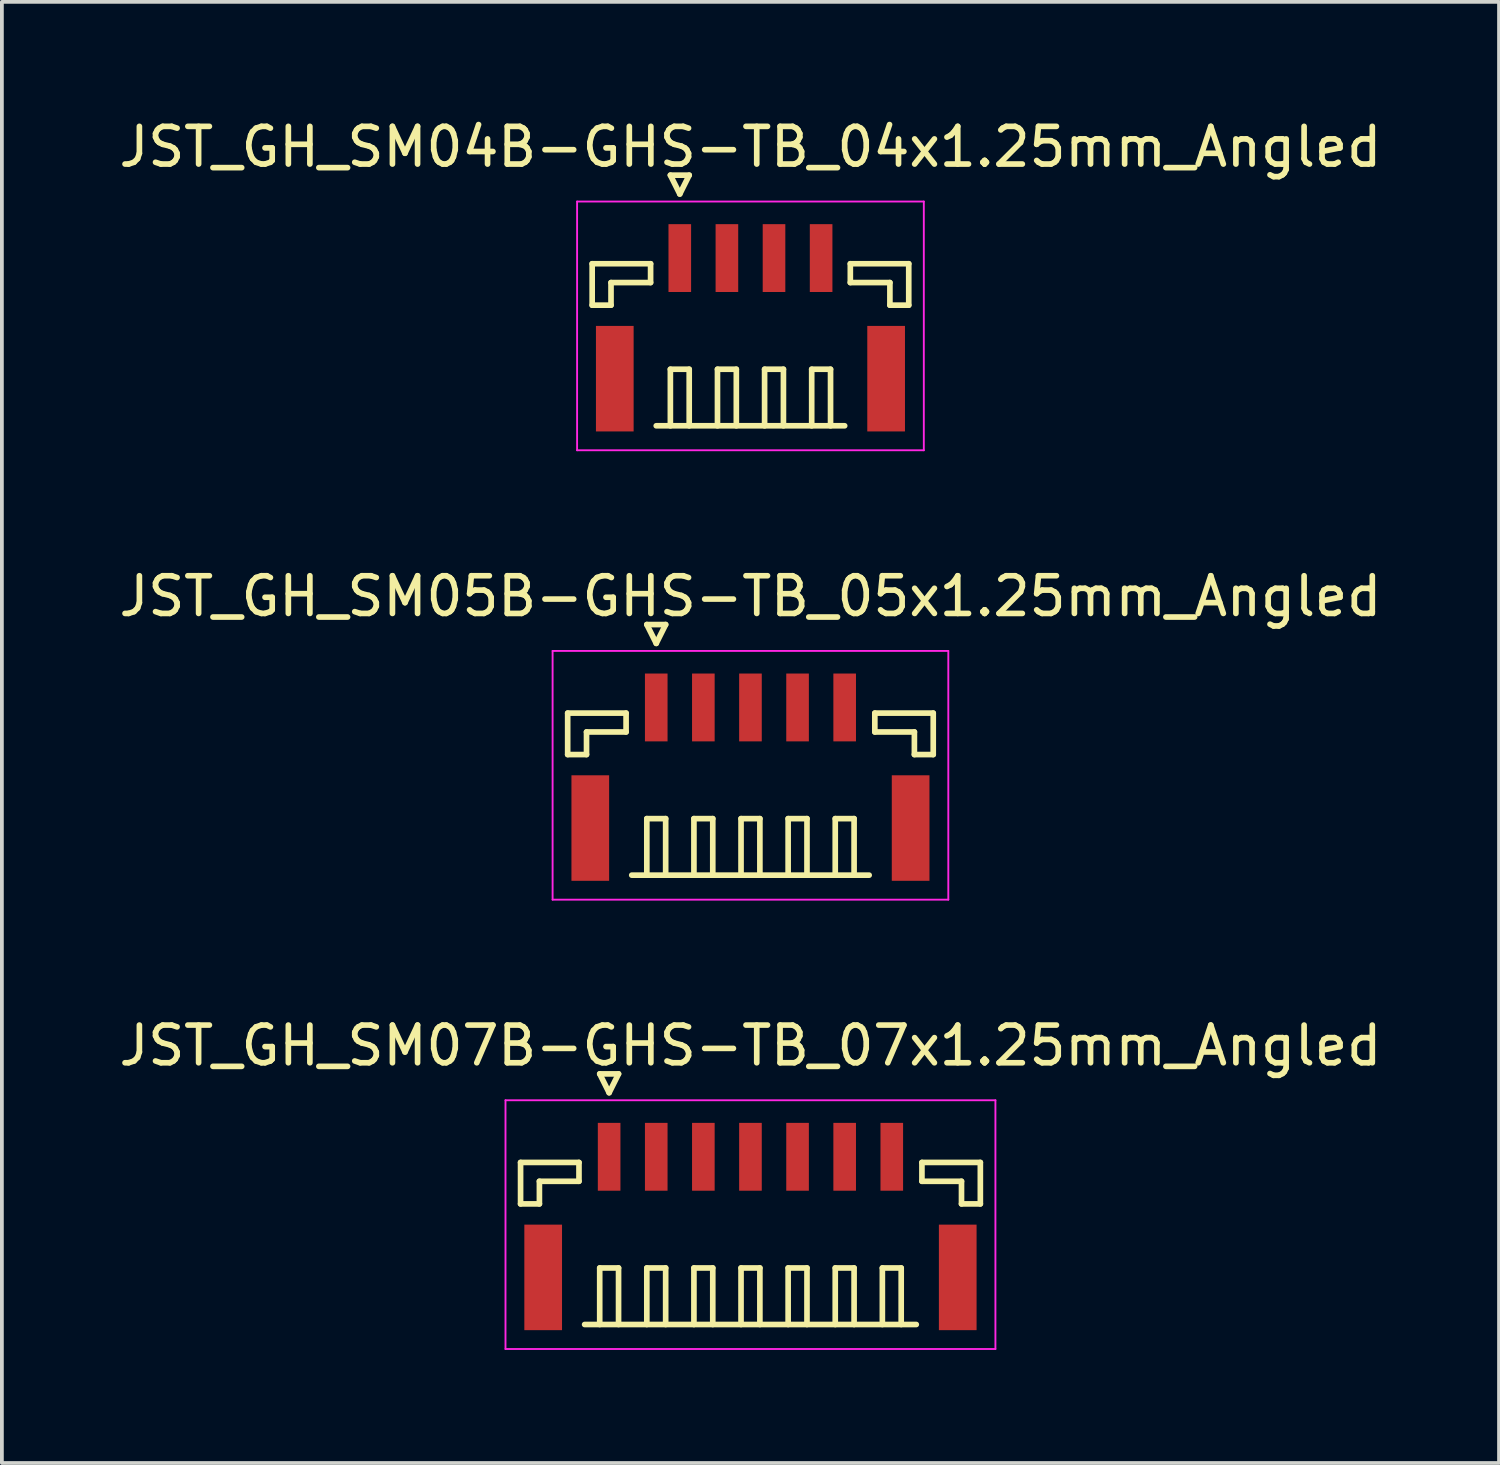
<source format=kicad_pcb>
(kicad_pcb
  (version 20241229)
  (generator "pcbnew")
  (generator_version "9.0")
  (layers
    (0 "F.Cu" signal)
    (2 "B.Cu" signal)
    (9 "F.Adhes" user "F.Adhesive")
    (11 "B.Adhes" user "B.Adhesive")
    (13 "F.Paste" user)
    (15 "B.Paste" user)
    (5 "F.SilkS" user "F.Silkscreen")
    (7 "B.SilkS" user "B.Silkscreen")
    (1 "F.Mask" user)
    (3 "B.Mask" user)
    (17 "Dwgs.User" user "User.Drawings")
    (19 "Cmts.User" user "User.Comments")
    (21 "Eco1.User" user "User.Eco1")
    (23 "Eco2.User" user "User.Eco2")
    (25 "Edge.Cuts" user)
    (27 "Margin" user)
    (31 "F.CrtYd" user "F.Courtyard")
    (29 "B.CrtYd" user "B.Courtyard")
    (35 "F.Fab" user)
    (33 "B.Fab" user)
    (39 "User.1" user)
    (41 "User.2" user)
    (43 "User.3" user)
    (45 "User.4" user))
  (footprint "JST_GH_SM07B-GHS-TB_07x1.25mm_Angled"
    (layer "F.Cu")
    (at 16.863 29.245)
    (property "Reference" "JST_GH_SM07B-GHS-TB_07x1.25mm_Angled" (at 0 -4.55 0) (layer "F.SilkS") (effects (font (size 1 1) (thickness 0.15))))
    (attr smd)
    (fp_line (start -6.1 -1.45) (end -4.55 -1.45) (stroke (width 0.15) (type solid)) (layer "F.SilkS"))
    (fp_line (start -6.1 -0.35) (end -6.1 -1.45) (stroke (width 0.15) (type solid)) (layer "F.SilkS"))
    (fp_line (start -5.6 -0.95) (end -5.6 -0.35) (stroke (width 0.15) (type solid)) (layer "F.SilkS"))
    (fp_line (start -5.6 -0.35) (end -6.1 -0.35) (stroke (width 0.15) (type solid)) (layer "F.SilkS"))
    (fp_line (start -4.55 -1.45) (end -4.55 -0.95) (stroke (width 0.15) (type solid)) (layer "F.SilkS"))
    (fp_line (start -4.55 -0.95) (end -5.6 -0.95) (stroke (width 0.15) (type solid)) (layer "F.SilkS"))
    (fp_line (start -4.4 2.85) (end 4.4 2.85) (stroke (width 0.15) (type solid)) (layer "F.SilkS"))
    (fp_line (start -4 -3.8) (end -3.5 -3.8) (stroke (width 0.15) (type solid)) (layer "F.SilkS"))
    (fp_line (start -4 1.35) (end -3.5 1.35) (stroke (width 0.15) (type solid)) (layer "F.SilkS"))
    (fp_line (start -4 2.85) (end -4 1.35) (stroke (width 0.15) (type solid)) (layer "F.SilkS"))
    (fp_line (start -3.75 -3.3) (end -4 -3.8) (stroke (width 0.15) (type solid)) (layer "F.SilkS"))
    (fp_line (start -3.5 -3.8) (end -3.75 -3.3) (stroke (width 0.15) (type solid)) (layer "F.SilkS"))
    (fp_line (start -3.5 1.35) (end -3.5 2.85) (stroke (width 0.15) (type solid)) (layer "F.SilkS"))
    (fp_line (start -2.75 1.35) (end -2.25 1.35) (stroke (width 0.15) (type solid)) (layer "F.SilkS"))
    (fp_line (start -2.75 2.85) (end -2.75 1.35) (stroke (width 0.15) (type solid)) (layer "F.SilkS"))
    (fp_line (start -2.25 1.35) (end -2.25 2.85) (stroke (width 0.15) (type solid)) (layer "F.SilkS"))
    (fp_line (start -1.5 1.35) (end -1 1.35) (stroke (width 0.15) (type solid)) (layer "F.SilkS"))
    (fp_line (start -1.5 2.85) (end -1.5 1.35) (stroke (width 0.15) (type solid)) (layer "F.SilkS"))
    (fp_line (start -1 1.35) (end -1 2.85) (stroke (width 0.15) (type solid)) (layer "F.SilkS"))
    (fp_line (start -0.25 1.35) (end 0.25 1.35) (stroke (width 0.15) (type solid)) (layer "F.SilkS"))
    (fp_line (start -0.25 2.85) (end -0.25 1.35) (stroke (width 0.15) (type solid)) (layer "F.SilkS"))
    (fp_line (start 0.25 1.35) (end 0.25 2.85) (stroke (width 0.15) (type solid)) (layer "F.SilkS"))
    (fp_line (start 1 1.35) (end 1.5 1.35) (stroke (width 0.15) (type solid)) (layer "F.SilkS"))
    (fp_line (start 1 2.85) (end 1 1.35) (stroke (width 0.15) (type solid)) (layer "F.SilkS"))
    (fp_line (start 1.5 1.35) (end 1.5 2.85) (stroke (width 0.15) (type solid)) (layer "F.SilkS"))
    (fp_line (start 2.25 1.35) (end 2.75 1.35) (stroke (width 0.15) (type solid)) (layer "F.SilkS"))
    (fp_line (start 2.25 2.85) (end 2.25 1.35) (stroke (width 0.15) (type solid)) (layer "F.SilkS"))
    (fp_line (start 2.75 1.35) (end 2.75 2.85) (stroke (width 0.15) (type solid)) (layer "F.SilkS"))
    (fp_line (start 3.5 1.35) (end 4 1.35) (stroke (width 0.15) (type solid)) (layer "F.SilkS"))
    (fp_line (start 3.5 2.85) (end 3.5 1.35) (stroke (width 0.15) (type solid)) (layer "F.SilkS"))
    (fp_line (start 4 1.35) (end 4 2.85) (stroke (width 0.15) (type solid)) (layer "F.SilkS"))
    (fp_line (start 4.55 -1.45) (end 4.55 -0.95) (stroke (width 0.15) (type solid)) (layer "F.SilkS"))
    (fp_line (start 4.55 -0.95) (end 5.6 -0.95) (stroke (width 0.15) (type solid)) (layer "F.SilkS"))
    (fp_line (start 5.6 -0.95) (end 5.6 -0.35) (stroke (width 0.15) (type solid)) (layer "F.SilkS"))
    (fp_line (start 5.6 -0.35) (end 6.1 -0.35) (stroke (width 0.15) (type solid)) (layer "F.SilkS"))
    (fp_line (start 6.1 -1.45) (end 4.55 -1.45) (stroke (width 0.15) (type solid)) (layer "F.SilkS"))
    (fp_line (start 6.1 -0.35) (end 6.1 -1.45) (stroke (width 0.15) (type solid)) (layer "F.SilkS"))
    (fp_line (start -6.5 -3.1) (end -6.5 3.5) (stroke (width 0.05) (type solid)) (layer "F.CrtYd"))
    (fp_line (start -6.5 3.5) (end 6.5 3.5) (stroke (width 0.05) (type solid)) (layer "F.CrtYd"))
    (fp_line (start 6.5 -3.1) (end -6.5 -3.1) (stroke (width 0.05) (type solid)) (layer "F.CrtYd"))
    (fp_line (start 6.5 3.5) (end 6.5 -3.1) (stroke (width 0.05) (type solid)) (layer "F.CrtYd"))
    (pad "" smd rect (at -5.5 1.6) (size 1 2.8) (layers "F.Cu" "F.Mask" "F.Paste"))
    (pad "" smd rect (at 5.5 1.6) (size 1 2.8) (layers "F.Cu" "F.Mask" "F.Paste"))
    (pad "1" smd rect (at -3.75 -1.6) (size 0.6 1.8) (layers "F.Cu" "F.Mask" "F.Paste"))
    (pad "2" smd rect (at -2.5 -1.6) (size 0.6 1.8) (layers "F.Cu" "F.Mask" "F.Paste"))
    (pad "3" smd rect (at -1.25 -1.6) (size 0.6 1.8) (layers "F.Cu" "F.Mask" "F.Paste"))
    (pad "4" smd rect (at 0 -1.6) (size 0.6 1.8) (layers "F.Cu" "F.Mask" "F.Paste"))
    (pad "5" smd rect (at 1.25 -1.6) (size 0.6 1.8) (layers "F.Cu" "F.Mask" "F.Paste"))
    (pad "6" smd rect (at 2.5 -1.6) (size 0.6 1.8) (layers "F.Cu" "F.Mask" "F.Paste"))
    (pad "7" smd rect (at 3.75 -1.6) (size 0.6 1.8) (layers "F.Cu" "F.Mask" "F.Paste")))
  (footprint "JST_GH_SM05B-GHS-TB_05x1.25mm_Angled"
    (layer "F.Cu")
    (at 16.863 17.322)
    (property "Reference" "JST_GH_SM05B-GHS-TB_05x1.25mm_Angled" (at 0 -4.55 0) (layer "F.SilkS") (effects (font (size 1 1) (thickness 0.15))))
    (attr smd)
    (fp_line (start -4.85 -1.45) (end -3.3 -1.45) (stroke (width 0.15) (type solid)) (layer "F.SilkS"))
    (fp_line (start -4.85 -0.35) (end -4.85 -1.45) (stroke (width 0.15) (type solid)) (layer "F.SilkS"))
    (fp_line (start -4.35 -0.95) (end -4.35 -0.35) (stroke (width 0.15) (type solid)) (layer "F.SilkS"))
    (fp_line (start -4.35 -0.35) (end -4.85 -0.35) (stroke (width 0.15) (type solid)) (layer "F.SilkS"))
    (fp_line (start -3.3 -1.45) (end -3.3 -0.95) (stroke (width 0.15) (type solid)) (layer "F.SilkS"))
    (fp_line (start -3.3 -0.95) (end -4.35 -0.95) (stroke (width 0.15) (type solid)) (layer "F.SilkS"))
    (fp_line (start -3.15 2.85) (end 3.15 2.85) (stroke (width 0.15) (type solid)) (layer "F.SilkS"))
    (fp_line (start -2.75 -3.8) (end -2.25 -3.8) (stroke (width 0.15) (type solid)) (layer "F.SilkS"))
    (fp_line (start -2.75 1.35) (end -2.25 1.35) (stroke (width 0.15) (type solid)) (layer "F.SilkS"))
    (fp_line (start -2.75 2.85) (end -2.75 1.35) (stroke (width 0.15) (type solid)) (layer "F.SilkS"))
    (fp_line (start -2.5 -3.3) (end -2.75 -3.8) (stroke (width 0.15) (type solid)) (layer "F.SilkS"))
    (fp_line (start -2.25 -3.8) (end -2.5 -3.3) (stroke (width 0.15) (type solid)) (layer "F.SilkS"))
    (fp_line (start -2.25 1.35) (end -2.25 2.85) (stroke (width 0.15) (type solid)) (layer "F.SilkS"))
    (fp_line (start -1.5 1.35) (end -1 1.35) (stroke (width 0.15) (type solid)) (layer "F.SilkS"))
    (fp_line (start -1.5 2.85) (end -1.5 1.35) (stroke (width 0.15) (type solid)) (layer "F.SilkS"))
    (fp_line (start -1 1.35) (end -1 2.85) (stroke (width 0.15) (type solid)) (layer "F.SilkS"))
    (fp_line (start -0.25 1.35) (end 0.25 1.35) (stroke (width 0.15) (type solid)) (layer "F.SilkS"))
    (fp_line (start -0.25 2.85) (end -0.25 1.35) (stroke (width 0.15) (type solid)) (layer "F.SilkS"))
    (fp_line (start 0.25 1.35) (end 0.25 2.85) (stroke (width 0.15) (type solid)) (layer "F.SilkS"))
    (fp_line (start 1 1.35) (end 1.5 1.35) (stroke (width 0.15) (type solid)) (layer "F.SilkS"))
    (fp_line (start 1 2.85) (end 1 1.35) (stroke (width 0.15) (type solid)) (layer "F.SilkS"))
    (fp_line (start 1.5 1.35) (end 1.5 2.85) (stroke (width 0.15) (type solid)) (layer "F.SilkS"))
    (fp_line (start 2.25 1.35) (end 2.75 1.35) (stroke (width 0.15) (type solid)) (layer "F.SilkS"))
    (fp_line (start 2.25 2.85) (end 2.25 1.35) (stroke (width 0.15) (type solid)) (layer "F.SilkS"))
    (fp_line (start 2.75 1.35) (end 2.75 2.85) (stroke (width 0.15) (type solid)) (layer "F.SilkS"))
    (fp_line (start 3.3 -1.45) (end 3.3 -0.95) (stroke (width 0.15) (type solid)) (layer "F.SilkS"))
    (fp_line (start 3.3 -0.95) (end 4.35 -0.95) (stroke (width 0.15) (type solid)) (layer "F.SilkS"))
    (fp_line (start 4.35 -0.95) (end 4.35 -0.35) (stroke (width 0.15) (type solid)) (layer "F.SilkS"))
    (fp_line (start 4.35 -0.35) (end 4.85 -0.35) (stroke (width 0.15) (type solid)) (layer "F.SilkS"))
    (fp_line (start 4.85 -1.45) (end 3.3 -1.45) (stroke (width 0.15) (type solid)) (layer "F.SilkS"))
    (fp_line (start 4.85 -0.35) (end 4.85 -1.45) (stroke (width 0.15) (type solid)) (layer "F.SilkS"))
    (fp_line (start -5.25 -3.1) (end -5.25 3.5) (stroke (width 0.05) (type solid)) (layer "F.CrtYd"))
    (fp_line (start -5.25 3.5) (end 5.25 3.5) (stroke (width 0.05) (type solid)) (layer "F.CrtYd"))
    (fp_line (start 5.25 -3.1) (end -5.25 -3.1) (stroke (width 0.05) (type solid)) (layer "F.CrtYd"))
    (fp_line (start 5.25 3.5) (end 5.25 -3.1) (stroke (width 0.05) (type solid)) (layer "F.CrtYd"))
    (pad "" smd rect (at -4.25 1.6) (size 1 2.8) (layers "F.Cu" "F.Mask" "F.Paste"))
    (pad "" smd rect (at 4.25 1.6) (size 1 2.8) (layers "F.Cu" "F.Mask" "F.Paste"))
    (pad "1" smd rect (at -2.5 -1.6) (size 0.6 1.8) (layers "F.Cu" "F.Mask" "F.Paste"))
    (pad "2" smd rect (at -1.25 -1.6) (size 0.6 1.8) (layers "F.Cu" "F.Mask" "F.Paste"))
    (pad "3" smd rect (at 0 -1.6) (size 0.6 1.8) (layers "F.Cu" "F.Mask" "F.Paste"))
    (pad "4" smd rect (at 1.25 -1.6) (size 0.6 1.8) (layers "F.Cu" "F.Mask" "F.Paste"))
    (pad "5" smd rect (at 2.5 -1.6) (size 0.6 1.8) (layers "F.Cu" "F.Mask" "F.Paste")))
  (footprint "JST_GH_SM04B-GHS-TB_04x1.25mm_Angled"
    (layer "F.Cu")
    (at 16.863 5.398)
    (property "Reference" "JST_GH_SM04B-GHS-TB_04x1.25mm_Angled" (at 0 -4.55 0) (layer "F.SilkS") (effects (font (size 1 1) (thickness 0.15))))
    (attr smd)
    (fp_line (start -4.2 -1.45) (end -2.65 -1.45) (stroke (width 0.15) (type solid)) (layer "F.SilkS"))
    (fp_line (start -4.2 -0.35) (end -4.2 -1.45) (stroke (width 0.15) (type solid)) (layer "F.SilkS"))
    (fp_line (start -3.7 -0.95) (end -3.7 -0.35) (stroke (width 0.15) (type solid)) (layer "F.SilkS"))
    (fp_line (start -3.7 -0.35) (end -4.2 -0.35) (stroke (width 0.15) (type solid)) (layer "F.SilkS"))
    (fp_line (start -2.65 -1.45) (end -2.65 -0.95) (stroke (width 0.15) (type solid)) (layer "F.SilkS"))
    (fp_line (start -2.65 -0.95) (end -3.7 -0.95) (stroke (width 0.15) (type solid)) (layer "F.SilkS"))
    (fp_line (start -2.5 2.85) (end 2.5 2.85) (stroke (width 0.15) (type solid)) (layer "F.SilkS"))
    (fp_line (start -2.125 -3.8) (end -1.625 -3.8) (stroke (width 0.15) (type solid)) (layer "F.SilkS"))
    (fp_line (start -2.125 1.35) (end -1.625 1.35) (stroke (width 0.15) (type solid)) (layer "F.SilkS"))
    (fp_line (start -2.125 2.85) (end -2.125 1.35) (stroke (width 0.15) (type solid)) (layer "F.SilkS"))
    (fp_line (start -1.875 -3.3) (end -2.125 -3.8) (stroke (width 0.15) (type solid)) (layer "F.SilkS"))
    (fp_line (start -1.625 -3.8) (end -1.875 -3.3) (stroke (width 0.15) (type solid)) (layer "F.SilkS"))
    (fp_line (start -1.625 1.35) (end -1.625 2.85) (stroke (width 0.15) (type solid)) (layer "F.SilkS"))
    (fp_line (start -0.875 1.35) (end -0.375 1.35) (stroke (width 0.15) (type solid)) (layer "F.SilkS"))
    (fp_line (start -0.875 2.85) (end -0.875 1.35) (stroke (width 0.15) (type solid)) (layer "F.SilkS"))
    (fp_line (start -0.375 1.35) (end -0.375 2.85) (stroke (width 0.15) (type solid)) (layer "F.SilkS"))
    (fp_line (start 0.375 1.35) (end 0.875 1.35) (stroke (width 0.15) (type solid)) (layer "F.SilkS"))
    (fp_line (start 0.375 2.85) (end 0.375 1.35) (stroke (width 0.15) (type solid)) (layer "F.SilkS"))
    (fp_line (start 0.875 1.35) (end 0.875 2.85) (stroke (width 0.15) (type solid)) (layer "F.SilkS"))
    (fp_line (start 1.625 1.35) (end 2.125 1.35) (stroke (width 0.15) (type solid)) (layer "F.SilkS"))
    (fp_line (start 1.625 2.85) (end 1.625 1.35) (stroke (width 0.15) (type solid)) (layer "F.SilkS"))
    (fp_line (start 2.125 1.35) (end 2.125 2.85) (stroke (width 0.15) (type solid)) (layer "F.SilkS"))
    (fp_line (start 2.65 -1.45) (end 2.65 -0.95) (stroke (width 0.15) (type solid)) (layer "F.SilkS"))
    (fp_line (start 2.65 -0.95) (end 3.7 -0.95) (stroke (width 0.15) (type solid)) (layer "F.SilkS"))
    (fp_line (start 3.7 -0.95) (end 3.7 -0.35) (stroke (width 0.15) (type solid)) (layer "F.SilkS"))
    (fp_line (start 3.7 -0.35) (end 4.2 -0.35) (stroke (width 0.15) (type solid)) (layer "F.SilkS"))
    (fp_line (start 4.2 -1.45) (end 2.65 -1.45) (stroke (width 0.15) (type solid)) (layer "F.SilkS"))
    (fp_line (start 4.2 -0.35) (end 4.2 -1.45) (stroke (width 0.15) (type solid)) (layer "F.SilkS"))
    (fp_line (start -4.6 -3.1) (end -4.6 3.5) (stroke (width 0.05) (type solid)) (layer "F.CrtYd"))
    (fp_line (start -4.6 3.5) (end 4.6 3.5) (stroke (width 0.05) (type solid)) (layer "F.CrtYd"))
    (fp_line (start 4.6 -3.1) (end -4.6 -3.1) (stroke (width 0.05) (type solid)) (layer "F.CrtYd"))
    (fp_line (start 4.6 3.5) (end 4.6 -3.1) (stroke (width 0.05) (type solid)) (layer "F.CrtYd"))
    (pad "" smd rect (at -3.6 1.6) (size 1 2.8) (layers "F.Cu" "F.Mask" "F.Paste"))
    (pad "" smd rect (at 3.6 1.6) (size 1 2.8) (layers "F.Cu" "F.Mask" "F.Paste"))
    (pad "1" smd rect (at -1.875 -1.6) (size 0.6 1.8) (layers "F.Cu" "F.Mask" "F.Paste"))
    (pad "2" smd rect (at -0.625 -1.6) (size 0.6 1.8) (layers "F.Cu" "F.Mask" "F.Paste"))
    (pad "3" smd rect (at 0.625 -1.6) (size 0.6 1.8) (layers "F.Cu" "F.Mask" "F.Paste"))
    (pad "4" smd rect (at 1.875 -1.6) (size 0.6 1.8) (layers "F.Cu" "F.Mask" "F.Paste")))
  (gr_rect
    (start -3 -3)
    (end 36.726 35.77)
    (stroke (width 0.1) (type default))
    (fill no)
    (layer "Edge.Cuts")))
</source>
